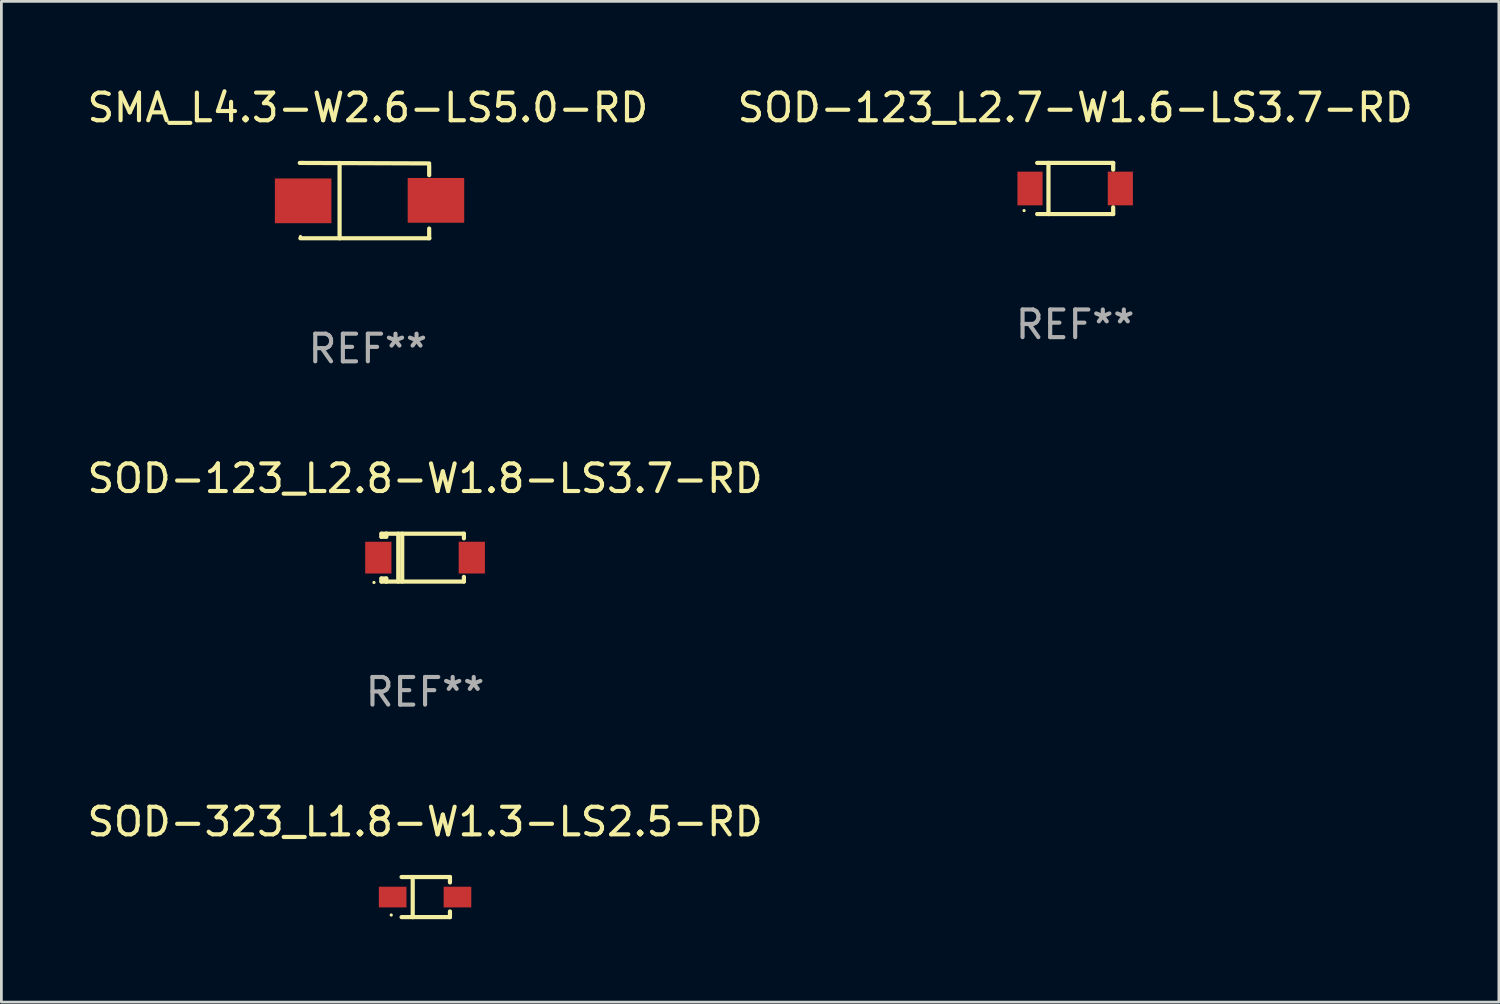
<source format=kicad_pcb>
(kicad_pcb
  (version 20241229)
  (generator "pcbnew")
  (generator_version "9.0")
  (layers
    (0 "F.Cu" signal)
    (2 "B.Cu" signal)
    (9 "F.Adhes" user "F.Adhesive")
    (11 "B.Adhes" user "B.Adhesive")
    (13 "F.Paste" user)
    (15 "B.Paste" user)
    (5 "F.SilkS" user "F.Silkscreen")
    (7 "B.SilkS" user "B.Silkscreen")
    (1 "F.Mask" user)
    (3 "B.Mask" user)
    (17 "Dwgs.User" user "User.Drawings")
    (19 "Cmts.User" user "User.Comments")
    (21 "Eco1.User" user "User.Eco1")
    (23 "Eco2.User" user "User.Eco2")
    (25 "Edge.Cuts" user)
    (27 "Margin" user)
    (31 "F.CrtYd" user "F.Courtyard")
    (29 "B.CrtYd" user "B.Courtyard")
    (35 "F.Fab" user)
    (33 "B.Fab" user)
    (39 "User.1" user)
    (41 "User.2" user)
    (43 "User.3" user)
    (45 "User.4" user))
  (footprint "SOD-123_L2.8-W1.8-LS3.7-RD"
    (layer "F.Cu")
    (at 12.339 17.138)
    (property "Reference" "SOD-123_L2.8-W1.8-LS3.7-RD" (at 0 -2.866 0) (layer "F.SilkS") (effects (font (size 1 1) (thickness 0.15))))
    (attr smd)
    (fp_line (start -1.58 -0.866) (end -1.406 -0.866) (stroke (width 0.152) (type solid)) (layer "F.SilkS"))
    (fp_line (start -1.58 -0.755) (end -1.58 -0.866) (stroke (width 0.152) (type solid)) (layer "F.SilkS"))
    (fp_line (start -1.58 -0.755) (end -1.406 -0.755) (stroke (width 0.152) (type solid)) (layer "F.SilkS"))
    (fp_line (start -1.58 0.755) (end -1.406 0.755) (stroke (width 0.152) (type solid)) (layer "F.SilkS"))
    (fp_line (start -1.58 0.866) (end -1.58 0.755) (stroke (width 0.152) (type solid)) (layer "F.SilkS"))
    (fp_line (start -1.406 -0.866) (end -1.406 -0.755) (stroke (width 0.152) (type solid)) (layer "F.SilkS"))
    (fp_line (start -1.406 -0.866) (end 1.406 -0.866) (stroke (width 0.152) (type solid)) (layer "F.SilkS"))
    (fp_line (start -1.406 0.755) (end -1.406 0.866) (stroke (width 0.152) (type solid)) (layer "F.SilkS"))
    (fp_line (start -1.406 0.866) (end -1.58 0.866) (stroke (width 0.152) (type solid)) (layer "F.SilkS"))
    (fp_line (start -1.406 0.866) (end 1.406 0.866) (stroke (width 0.152) (type solid)) (layer "F.SilkS"))
    (fp_line (start -0.97 -0.866) (end -0.97 0.866) (stroke (width 0.152) (type solid)) (layer "F.SilkS"))
    (fp_line (start -0.827 -0.866) (end -0.827 0.866) (stroke (width 0.152) (type solid)) (layer "F.SilkS"))
    (fp_line (start 1.406 -0.866) (end 1.406 -0.698) (stroke (width 0.152) (type solid)) (layer "F.SilkS"))
    (fp_line (start 1.406 0.866) (end 1.406 0.698) (stroke (width 0.152) (type solid)) (layer "F.SilkS"))
    (fp_circle (center -1.85 0.9) (end -1.82 0.9) (stroke (width 0.06) (type solid)) (fill no) (layer "F.SilkS"))
    (fp_text user "REF**" (at 0 4.866 0) (layer "F.Fab") (effects (font (size 1 1) (thickness 0.15))))
    (pad "1" smd rect (at -1.692 0) (size 0.95 1.15) (layers "F.Cu" "F.Mask" "F.Paste"))
    (pad "2" smd rect (at 1.692 0) (size 0.95 1.15) (layers "F.Cu" "F.Mask" "F.Paste")))
  (footprint "SOD-323_L1.8-W1.3-LS2.5-RD"
    (layer "F.Cu")
    (at 12.339 29.427)
    (property "Reference" "SOD-323_L1.8-W1.3-LS2.5-RD" (at 0 -2.726 0) (layer "F.SilkS") (effects (font (size 1 1) (thickness 0.15))))
    (attr smd)
    (fp_line (start -0.851 -0.726) (end 0.901 -0.726) (stroke (width 0.152) (type solid)) (layer "F.SilkS"))
    (fp_line (start -0.851 0.726) (end 0.901 0.726) (stroke (width 0.152) (type solid)) (layer "F.SilkS"))
    (fp_line (start -0.447 -0.726) (end -0.447 0.726) (stroke (width 0.152) (type solid)) (layer "F.SilkS"))
    (fp_line (start 0.901 -0.726) (end 0.901 -0.53) (stroke (width 0.152) (type solid)) (layer "F.SilkS"))
    (fp_line (start 0.901 0.726) (end 0.901 0.52) (stroke (width 0.152) (type solid)) (layer "F.SilkS"))
    (fp_circle (center -1.225 0.65) (end -1.195 0.65) (stroke (width 0.06) (type solid)) (fill no) (layer "F.SilkS"))
    (pad "1" smd rect (at -1.173 0) (size 1 0.75) (layers "F.Cu" "F.Mask" "F.Paste"))
    (pad "2" smd rect (at 1.173 0) (size 1 0.75) (layers "F.Cu" "F.Mask" "F.Paste")))
  (footprint "SOD-123_L2.7-W1.6-LS3.7-RD"
    (layer "F.Cu")
    (at 35.875 3.774)
    (property "Reference" "SOD-123_L2.7-W1.6-LS3.7-RD" (at 0 -2.926 0) (layer "F.SilkS") (effects (font (size 1 1) (thickness 0.15))))
    (attr smd)
    (fp_line (start -1.376 -0.926) (end 1.376 -0.926) (stroke (width 0.152) (type solid)) (layer "F.SilkS"))
    (fp_line (start -1.376 0.926) (end 1.376 0.926) (stroke (width 0.152) (type solid)) (layer "F.SilkS"))
    (fp_line (start -0.967 -0.926) (end -0.967 0.926) (stroke (width 0.152) (type solid)) (layer "F.SilkS"))
    (fp_line (start 1.376 -0.926) (end 1.376 -0.683) (stroke (width 0.152) (type solid)) (layer "F.SilkS"))
    (fp_line (start 1.376 0.926) (end 1.376 0.683) (stroke (width 0.152) (type solid)) (layer "F.SilkS"))
    (fp_circle (center -1.85 0.8) (end -1.82 0.8) (stroke (width 0.06) (type solid)) (fill no) (layer "F.SilkS"))
    (fp_text user "REF**" (at 0 4.926 0) (layer "F.Fab") (effects (font (size 1 1) (thickness 0.15))))
    (pad "1" smd rect (at -1.635 0) (size 0.91 1.22) (layers "F.Cu" "F.Mask" "F.Paste"))
    (pad "2" smd rect (at 1.635 0) (size 0.91 1.22) (layers "F.Cu" "F.Mask" "F.Paste")))
  (footprint "SMA_L4.3-W2.6-LS5.0-RD"
    (layer "F.Cu")
    (at 10.329 4.212)
    (property "Reference" "SMA_L4.3-W2.6-LS5.0-RD" (at -0.061 -3.364 0) (layer "F.SilkS") (effects (font (size 1 1) (thickness 0.15))))
    (attr smd)
    (fp_line (start -2.526 -1.364) (end 2.159 -1.346) (stroke (width 0.152) (type solid)) (layer "F.SilkS"))
    (fp_line (start -2.504 1.364) (end 2.165 1.364) (stroke (width 0.152) (type solid)) (layer "F.SilkS"))
    (fp_line (start -1.085 -1.364) (end -1.085 1.364) (stroke (width 0.152) (type solid)) (layer "F.SilkS"))
    (fp_line (start 2.159 -1.27) (end 2.159 -0.919) (stroke (width 0.152) (type solid)) (layer "F.SilkS"))
    (fp_line (start 2.159 1.364) (end 2.159 1.013) (stroke (width 0.152) (type solid)) (layer "F.SilkS"))
    (fp_circle (center -2.5 1.3) (end -2.47 1.3) (stroke (width 0.06) (type solid)) (fill no) (layer "F.SilkS"))
    (fp_text user "REF**" (at -0.061 5.364 0) (layer "F.Fab") (effects (font (size 1 1) (thickness 0.15))))
    (pad "1" smd rect (at -2.404 0.009) (size 2.046 1.62) (layers "F.Cu" "F.Mask" "F.Paste"))
    (pad "2" smd rect (at 2.404 -0.009 180) (size 2.046 1.62) (layers "F.Cu" "F.Mask" "F.Paste")))
  (gr_rect
    (start -3 -3)
    (end 51.214 33.23)
    (stroke (width 0.1) (type default))
    (fill no)
    (layer "Edge.Cuts")))
</source>
